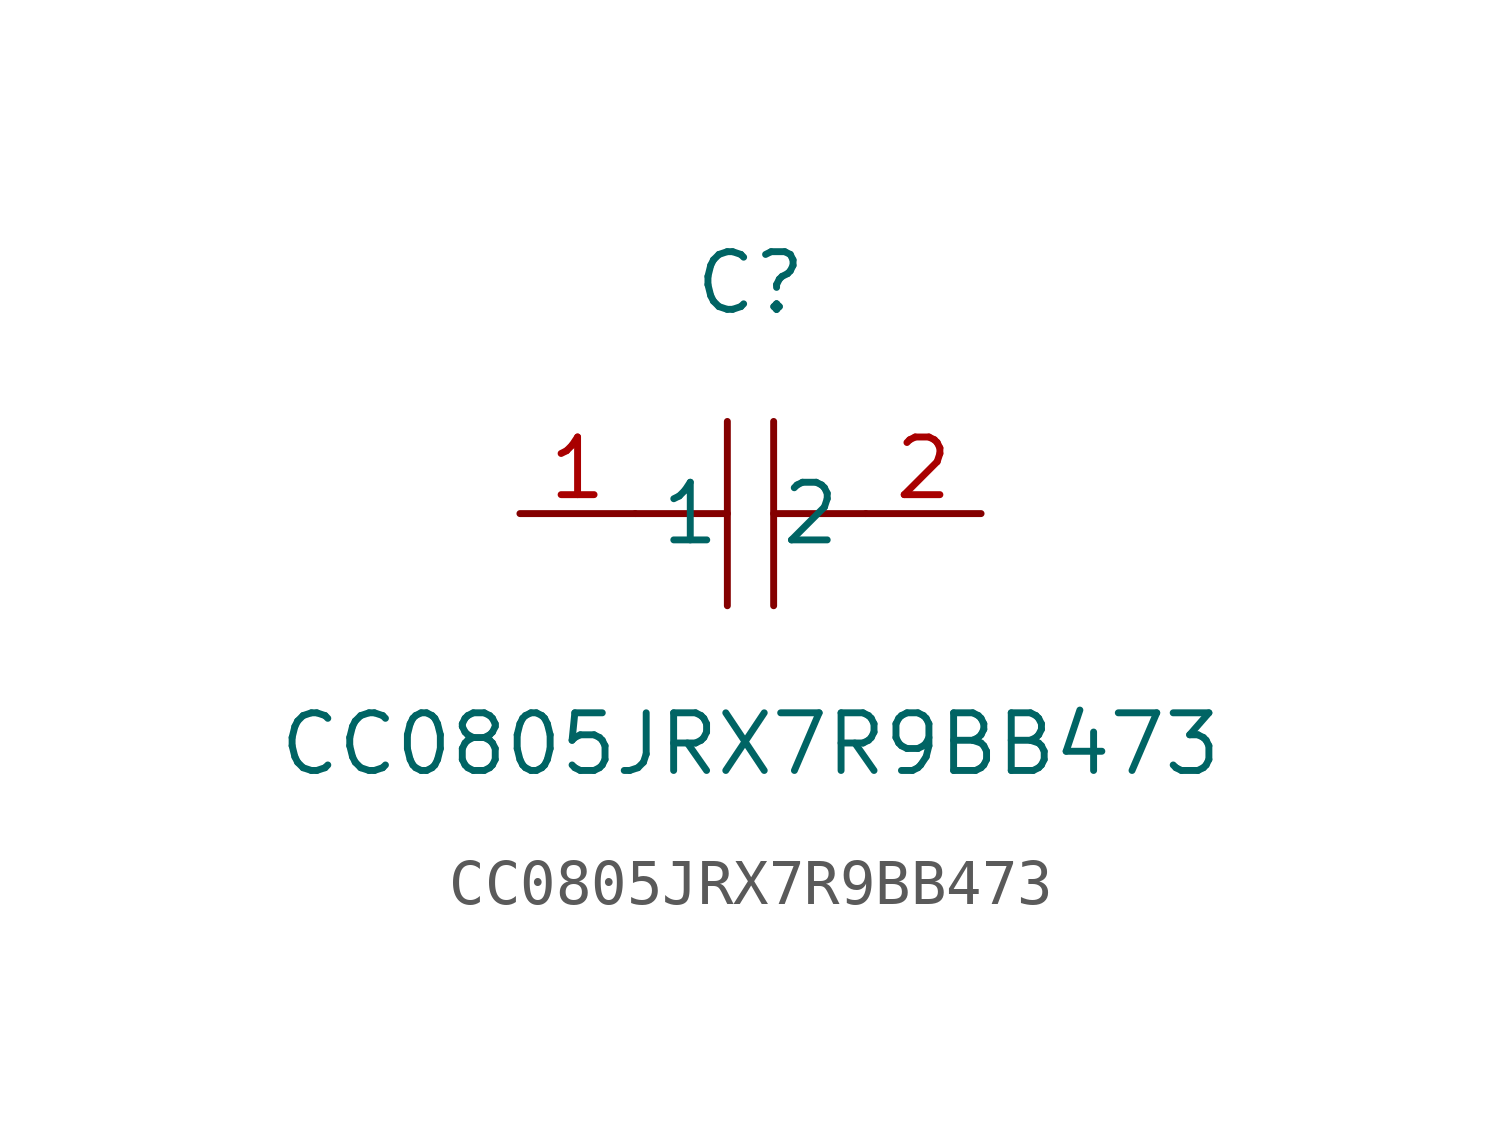
<source format=kicad_sym>
(kicad_symbol_lib
  (version 20211014)
  (generator https://github.com/uPesy/easyeda2kicad.py)
  (symbol "CC0805JRX7R9BB473"
    (property "Reference" "C"
      (at 0 5.08 0)
      (effects (font (size 1.27 1.27))))
    (property "Value" "CC0805JRX7R9BB473"
      (at 0 -5.08 0)
      (effects (font (size 1.27 1.27))))
    (symbol "CC0805JRX7R9BB473_0_1"
      (polyline (pts (xy -0.51 -0.00) (xy -2.54 -0.00)) (stroke (width 0) (type default) (color 0 0 0 0)) (fill (type none)))
      (polyline (pts (xy 0.51 2.03) (xy 0.51 -2.03)) (stroke (width 0) (type default) (color 0 0 0 0)) (fill (type none)))
      (polyline (pts (xy 2.54 -0.00) (xy 0.51 -0.00)) (stroke (width 0) (type default) (color 0 0 0 0)) (fill (type none)))
      (polyline (pts (xy -0.51 -2.03) (xy -0.51 2.03)) (stroke (width 0) (type default) (color 0 0 0 0)) (fill (type none)))
      (pin unspecified line (at 5.08 -0.00 180) (length 2.54) (name "2" (effects (font (size 1.27 1.27)))) (number "2" (effects (font (size 1.27 1.27)))))
      (pin unspecified line (at -5.08 -0.00 0) (length 2.54) (name "1" (effects (font (size 1.27 1.27)))) (number "1" (effects (font (size 1.27 1.27))))))))
</source>
